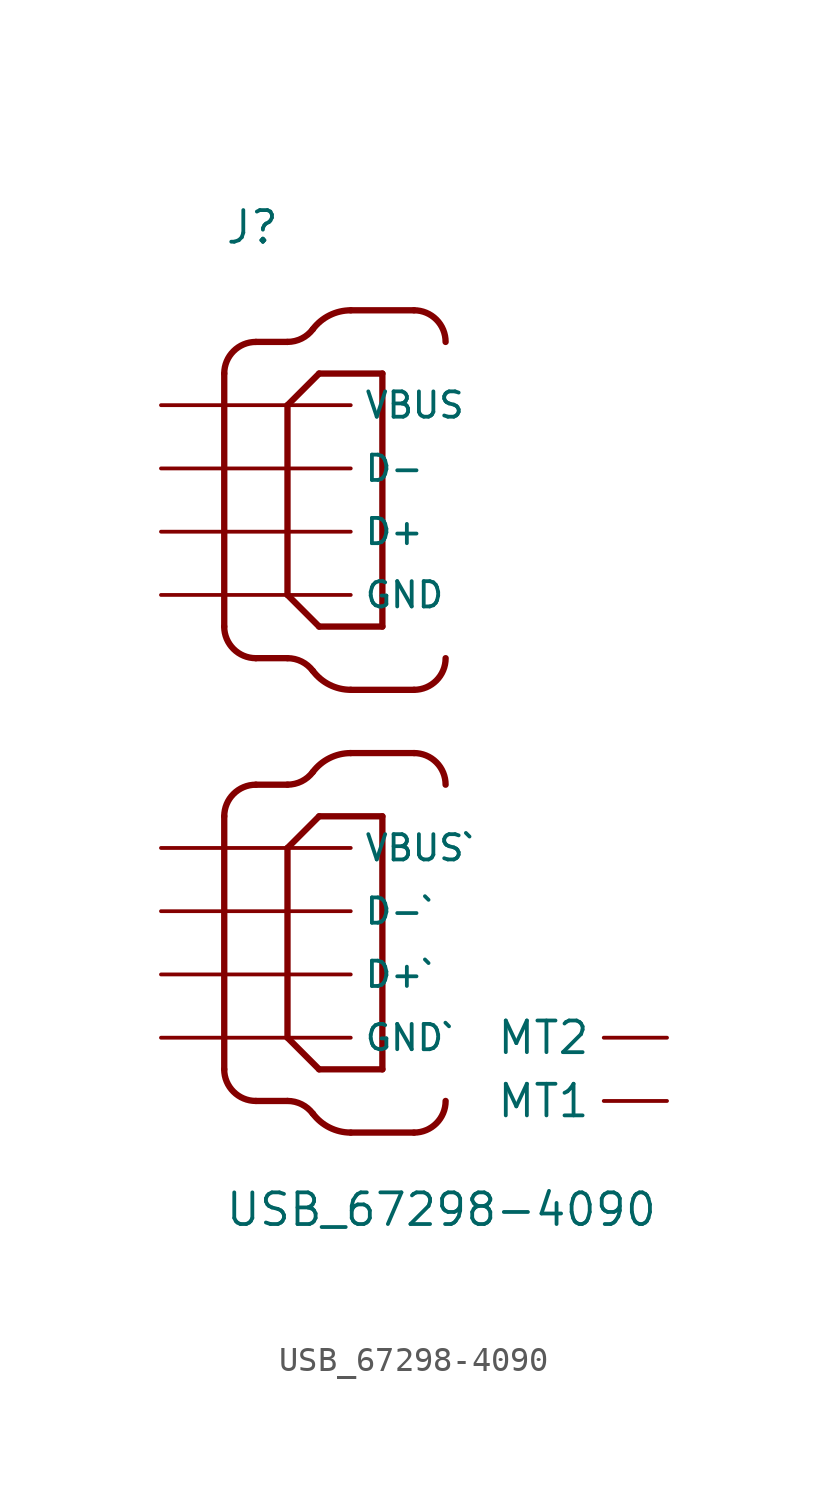
<source format=kicad_sym>
(kicad_symbol_lib
  (version 20220914)
  (generator kicad_symbol_editor)
  (symbol "USB_67298-4090"
    (pin_numbers hide)
    (property "Reference" "J"
      (at -5.08 21.641 0)
      (effects (font (size 1.27 1.27)) (justify left bottom)))
    (property "Value" "USB_67298-4090"
      (at -5.08 -17.805 0)
      (effects (font (size 1.27 1.27)) (justify left bottom)))
    (symbol "USB_67298-4090_0_0"
      (arc (start -5.08 -11.43) (mid -4.708 -12.328) (end -3.81 -12.7) (stroke (width 0.254) (type default)) (fill (type none)))
      (arc (start -5.08 6.35) (mid -4.708 5.452) (end -3.81 5.08) (stroke (width 0.254) (type default)) (fill (type none)))
      (arc (start -3.81 0) (mid -4.708 -0.372) (end -5.08 -1.27) (stroke (width 0.254) (type default)) (fill (type none)))
      (arc (start -3.81 17.78) (mid -4.708 17.408) (end -5.08 16.51) (stroke (width 0.254) (type default)) (fill (type none)))
      (arc (start -2.54 0) (mid -1.972 0.1341) (end -1.524 0.508) (stroke (width 0.254) (type default)) (fill (type none)))
      (arc (start -2.54 17.78) (mid -1.972 17.9141) (end -1.524 18.288) (stroke (width 0.254) (type default)) (fill (type none)))
      (arc (start -1.524 -13.208) (mid -1.972 -12.8341) (end -2.54 -12.7) (stroke (width 0.254) (type default)) (fill (type none)))
      (arc (start -1.524 -13.208) (mid -0.8519 -13.7689) (end 0 -13.97) (stroke (width 0.254) (type default)) (fill (type none)))
      (arc (start -1.524 4.572) (mid -1.972 4.9459) (end -2.54 5.08) (stroke (width 0.254) (type default)) (fill (type none)))
      (arc (start -1.524 4.572) (mid -0.8519 4.0111) (end 0 3.81) (stroke (width 0.254) (type default)) (fill (type none)))
      (polyline (pts (xy -5.08 -1.27) (xy -5.08 -11.43)) (stroke (width 0.254) (type default)) (fill (type none)))
      (polyline (pts (xy -5.08 16.51) (xy -5.08 6.35)) (stroke (width 0.254) (type default)) (fill (type none)))
      (polyline (pts (xy -3.81 -12.7) (xy -2.54 -12.7)) (stroke (width 0.254) (type default)) (fill (type none)))
      (polyline (pts (xy -3.81 0) (xy -2.54 0)) (stroke (width 0.254) (type default)) (fill (type none)))
      (polyline (pts (xy -3.81 5.08) (xy -2.54 5.08)) (stroke (width 0.254) (type default)) (fill (type none)))
      (polyline (pts (xy -3.81 17.78) (xy -2.54 17.78)) (stroke (width 0.254) (type default)) (fill (type none)))
      (polyline (pts (xy -2.54 -10.16) (xy -1.27 -11.43)) (stroke (width 0.254) (type default)) (fill (type none)))
      (polyline (pts (xy -2.54 -2.54) (xy -2.54 -10.16)) (stroke (width 0.254) (type default)) (fill (type none)))
      (polyline (pts (xy -2.54 7.62) (xy -1.27 6.35)) (stroke (width 0.254) (type default)) (fill (type none)))
      (polyline (pts (xy -2.54 15.24) (xy -2.54 7.62)) (stroke (width 0.254) (type default)) (fill (type none)))
      (polyline (pts (xy -1.27 -11.43) (xy 1.27 -11.43)) (stroke (width 0.254) (type default)) (fill (type none)))
      (polyline (pts (xy -1.27 -1.27) (xy -2.54 -2.54)) (stroke (width 0.254) (type default)) (fill (type none)))
      (polyline (pts (xy -1.27 6.35) (xy 1.27 6.35)) (stroke (width 0.254) (type default)) (fill (type none)))
      (polyline (pts (xy -1.27 16.51) (xy -2.54 15.24)) (stroke (width 0.254) (type default)) (fill (type none)))
      (polyline (pts (xy 0 -13.97) (xy 2.54 -13.97)) (stroke (width 0.254) (type default)) (fill (type none)))
      (polyline (pts (xy 0 1.27) (xy 2.54 1.27)) (stroke (width 0.254) (type default)) (fill (type none)))
      (polyline (pts (xy 0 3.81) (xy 2.54 3.81)) (stroke (width 0.254) (type default)) (fill (type none)))
      (polyline (pts (xy 0 19.05) (xy 2.54 19.05)) (stroke (width 0.254) (type default)) (fill (type none)))
      (polyline (pts (xy 1.27 -11.43) (xy 1.27 -1.27)) (stroke (width 0.254) (type default)) (fill (type none)))
      (polyline (pts (xy 1.27 -1.27) (xy -1.27 -1.27)) (stroke (width 0.254) (type default)) (fill (type none)))
      (polyline (pts (xy 1.27 6.35) (xy 1.27 16.51)) (stroke (width 0.254) (type default)) (fill (type none)))
      (polyline (pts (xy 1.27 16.51) (xy -1.27 16.51)) (stroke (width 0.254) (type default)) (fill (type none)))
      (arc (start 0 1.27) (mid -0.8519 1.0689) (end -1.524 0.508) (stroke (width 0.254) (type default)) (fill (type none)))
      (arc (start 0 19.05) (mid -0.8519 18.8489) (end -1.524 18.288) (stroke (width 0.254) (type default)) (fill (type none)))
      (arc (start 2.54 -13.97) (mid 3.438 -13.598) (end 3.81 -12.7) (stroke (width 0.254) (type default)) (fill (type none)))
      (arc (start 2.54 3.81) (mid 3.438 4.182) (end 3.81 5.08) (stroke (width 0.254) (type default)) (fill (type none)))
      (arc (start 3.81 0) (mid 3.438 0.898) (end 2.54 1.27) (stroke (width 0.254) (type default)) (fill (type none)))
      (arc (start 3.81 17.78) (mid 3.438 18.678) (end 2.54 19.05) (stroke (width 0.254) (type default)) (fill (type none)))
      (pin power_in line (at -7.62 -2.54 0) (length 7.62) (name "VBUS`" (effects (font (size 1.016 1.016)))) (number "1" (effects (font (size 1.016 1.016)))))
      (pin passive line (at -7.62 -5.08 0) (length 7.62) (name "D-`" (effects (font (size 1.016 1.016)))) (number "2" (effects (font (size 1.016 1.016)))))
      (pin passive line (at -7.62 -7.62 0) (length 7.62) (name "D+`" (effects (font (size 1.016 1.016)))) (number "3" (effects (font (size 1.016 1.016)))))
      (pin power_in line (at -7.62 -10.16 0) (length 7.62) (name "GND`" (effects (font (size 1.016 1.016)))) (number "4" (effects (font (size 1.016 1.016)))))
      (pin power_in line (at -7.62 15.24 0) (length 7.62) (name "VBUS" (effects (font (size 1.016 1.016)))) (number "5" (effects (font (size 1.016 1.016)))))
      (pin passive line (at -7.62 12.7 0) (length 7.62) (name "D-" (effects (font (size 1.016 1.016)))) (number "6" (effects (font (size 1.016 1.016)))))
      (pin passive line (at -7.62 10.16 0) (length 7.62) (name "D+" (effects (font (size 1.016 1.016)))) (number "7" (effects (font (size 1.016 1.016)))))
      (pin power_in line (at -7.62 7.62 0) (length 7.62) (name "GND" (effects (font (size 1.016 1.016)))) (number "8" (effects (font (size 1.016 1.016)))))
      (pin passive line (at 12.7 -12.7 180) (length 2.54) (name "MT1" (effects (font (size 1.27 1.27)))) (number "MT1" (effects (font (size 1.27 1.27)))))
      (pin passive line (at 12.7 -10.16 180) (length 2.54) (name "MT2" (effects (font (size 1.27 1.27)))) (number "MT2" (effects (font (size 1.27 1.27))))))))
</source>
